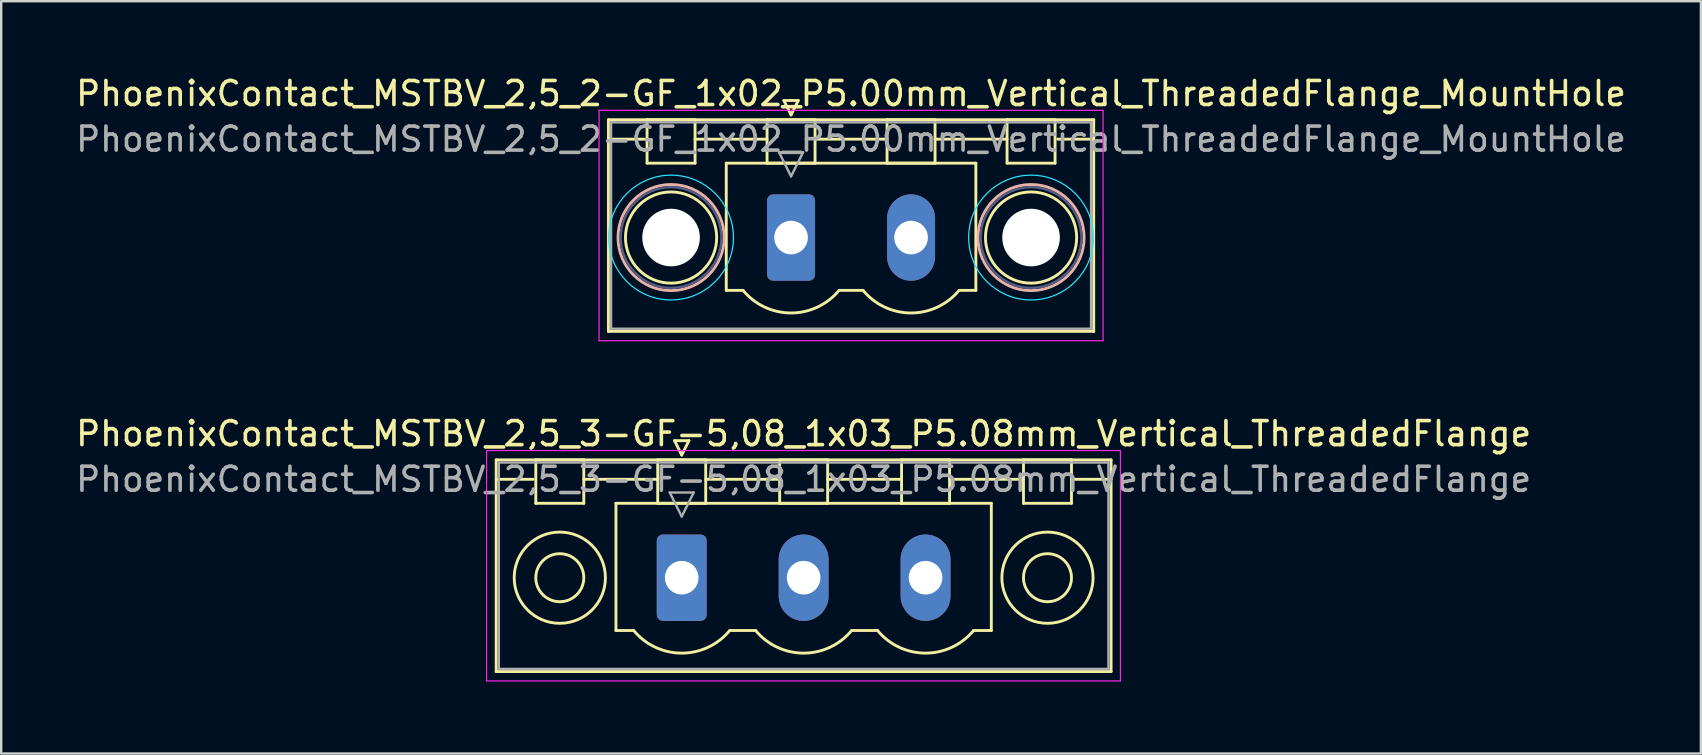
<source format=kicad_pcb>
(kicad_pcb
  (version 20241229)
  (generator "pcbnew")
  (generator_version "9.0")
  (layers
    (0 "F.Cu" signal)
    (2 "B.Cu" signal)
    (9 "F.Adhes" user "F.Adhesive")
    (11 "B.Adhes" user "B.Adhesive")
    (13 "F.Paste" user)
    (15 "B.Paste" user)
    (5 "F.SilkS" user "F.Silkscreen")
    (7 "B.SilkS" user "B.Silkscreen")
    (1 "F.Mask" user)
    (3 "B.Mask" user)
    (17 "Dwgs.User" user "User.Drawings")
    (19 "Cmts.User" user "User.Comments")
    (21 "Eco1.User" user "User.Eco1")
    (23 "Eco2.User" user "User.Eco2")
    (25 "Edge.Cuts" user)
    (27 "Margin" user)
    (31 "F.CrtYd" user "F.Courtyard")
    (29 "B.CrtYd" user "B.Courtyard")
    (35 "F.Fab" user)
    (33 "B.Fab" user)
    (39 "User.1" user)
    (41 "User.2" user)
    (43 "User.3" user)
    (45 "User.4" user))
  (footprint "PhoenixContact_MSTBV_2,5_3-GF-5,08_1x03_P5.08mm_Vertical_ThreadedFlange"
    (layer "F.Cu")
    (at 25.355 21.021)
    (property "Reference" "PhoenixContact_MSTBV_2,5_3-GF-5,08_1x03_P5.08mm_Vertical_ThreadedFlange" (at 5.08 -6 0) (layer "F.SilkS") (effects (font (size 1 1) (thickness 0.15))))
    (attr through_hole)
    (fp_line (start -7.73 -4.91) (end -7.73 3.91) (stroke (width 0.12) (type solid)) (layer "F.SilkS"))
    (fp_line (start -7.73 -4.1) (end -6.19 -4.1) (stroke (width 0.12) (type solid)) (layer "F.SilkS"))
    (fp_line (start -7.73 3.91) (end 17.89 3.91) (stroke (width 0.12) (type solid)) (layer "F.SilkS"))
    (fp_line (start -6.08 -4.91) (end -4.08 -4.91) (stroke (width 0.12) (type solid)) (layer "F.SilkS"))
    (fp_line (start -6.08 -3.1) (end -6.08 -4.91) (stroke (width 0.12) (type solid)) (layer "F.SilkS"))
    (fp_line (start -4.08 -4.91) (end -4.08 -3.1) (stroke (width 0.12) (type solid)) (layer "F.SilkS"))
    (fp_line (start -4.08 -4.1) (end -1 -4.1) (stroke (width 0.12) (type solid)) (layer "F.SilkS"))
    (fp_line (start -4.08 -3.1) (end -6.08 -3.1) (stroke (width 0.12) (type solid)) (layer "F.SilkS"))
    (fp_line (start -2.74 -3.1) (end 12.9 -3.1) (stroke (width 0.12) (type solid)) (layer "F.SilkS"))
    (fp_line (start -2.74 2.2) (end -2.74 -3.1) (stroke (width 0.12) (type solid)) (layer "F.SilkS"))
    (fp_line (start -2 2.2) (end -2.74 2.2) (stroke (width 0.12) (type solid)) (layer "F.SilkS"))
    (fp_line (start -1 -4.91) (end 1 -4.91) (stroke (width 0.12) (type solid)) (layer "F.SilkS"))
    (fp_line (start -1 -3.1) (end -1 -4.91) (stroke (width 0.12) (type solid)) (layer "F.SilkS"))
    (fp_line (start -0.3 -5.71) (end 0.3 -5.71) (stroke (width 0.12) (type solid)) (layer "F.SilkS"))
    (fp_line (start 0 -5.11) (end -0.3 -5.71) (stroke (width 0.12) (type solid)) (layer "F.SilkS"))
    (fp_line (start 0.3 -5.71) (end 0 -5.11) (stroke (width 0.12) (type solid)) (layer "F.SilkS"))
    (fp_line (start 1 -4.91) (end 1 -3.1) (stroke (width 0.12) (type solid)) (layer "F.SilkS"))
    (fp_line (start 1 -4.1) (end 4.08 -4.1) (stroke (width 0.12) (type solid)) (layer "F.SilkS"))
    (fp_line (start 1 -3.1) (end -1 -3.1) (stroke (width 0.12) (type solid)) (layer "F.SilkS"))
    (fp_line (start 2 2.2) (end 3.08 2.2) (stroke (width 0.12) (type solid)) (layer "F.SilkS"))
    (fp_line (start 4.08 -4.91) (end 6.08 -4.91) (stroke (width 0.12) (type solid)) (layer "F.SilkS"))
    (fp_line (start 4.08 -3.1) (end 4.08 -4.91) (stroke (width 0.12) (type solid)) (layer "F.SilkS"))
    (fp_line (start 6.08 -4.91) (end 6.08 -3.1) (stroke (width 0.12) (type solid)) (layer "F.SilkS"))
    (fp_line (start 6.08 -4.1) (end 9.16 -4.1) (stroke (width 0.12) (type solid)) (layer "F.SilkS"))
    (fp_line (start 6.08 -3.1) (end 4.08 -3.1) (stroke (width 0.12) (type solid)) (layer "F.SilkS"))
    (fp_line (start 7.08 2.2) (end 8.16 2.2) (stroke (width 0.12) (type solid)) (layer "F.SilkS"))
    (fp_line (start 9.16 -4.91) (end 11.16 -4.91) (stroke (width 0.12) (type solid)) (layer "F.SilkS"))
    (fp_line (start 9.16 -3.1) (end 9.16 -4.91) (stroke (width 0.12) (type solid)) (layer "F.SilkS"))
    (fp_line (start 11.16 -4.91) (end 11.16 -3.1) (stroke (width 0.12) (type solid)) (layer "F.SilkS"))
    (fp_line (start 11.16 -4.1) (end 14.24 -4.1) (stroke (width 0.12) (type solid)) (layer "F.SilkS"))
    (fp_line (start 11.16 -3.1) (end 9.16 -3.1) (stroke (width 0.12) (type solid)) (layer "F.SilkS"))
    (fp_line (start 12.9 -3.1) (end 12.9 2.2) (stroke (width 0.12) (type solid)) (layer "F.SilkS"))
    (fp_line (start 12.9 2.2) (end 12.16 2.2) (stroke (width 0.12) (type solid)) (layer "F.SilkS"))
    (fp_line (start 14.24 -4.91) (end 16.24 -4.91) (stroke (width 0.12) (type solid)) (layer "F.SilkS"))
    (fp_line (start 14.24 -3.1) (end 14.24 -4.91) (stroke (width 0.12) (type solid)) (layer "F.SilkS"))
    (fp_line (start 16.24 -4.91) (end 16.24 -3.1) (stroke (width 0.12) (type solid)) (layer "F.SilkS"))
    (fp_line (start 16.24 -3.1) (end 14.24 -3.1) (stroke (width 0.12) (type solid)) (layer "F.SilkS"))
    (fp_line (start 17.89 -4.91) (end -7.73 -4.91) (stroke (width 0.12) (type solid)) (layer "F.SilkS"))
    (fp_line (start 17.89 -4.1) (end 16.35 -4.1) (stroke (width 0.12) (type solid)) (layer "F.SilkS"))
    (fp_line (start 17.89 3.91) (end 17.89 -4.91) (stroke (width 0.12) (type solid)) (layer "F.SilkS"))
    (fp_arc (start 1.986842 2.215821) (mid -0.010289 3.142758) (end -2 2.2) (stroke (width 0.12) (type solid)) (layer "F.SilkS"))
    (fp_arc (start 7.066842 2.215821) (mid 5.069711 3.142758) (end 3.08 2.2) (stroke (width 0.12) (type solid)) (layer "F.SilkS"))
    (fp_arc (start 12.146842 2.215821) (mid 10.149711 3.142758) (end 8.16 2.2) (stroke (width 0.12) (type solid)) (layer "F.SilkS"))
    (fp_circle (center -5.08 0) (end -4.08 0) (stroke (width 0.12) (type solid)) (fill no) (layer "F.SilkS"))
    (fp_circle (center -5.08 0) (end -3.18 0) (stroke (width 0.12) (type solid)) (fill no) (layer "F.SilkS"))
    (fp_circle (center 15.24 0) (end 16.24 0) (stroke (width 0.12) (type solid)) (fill no) (layer "F.SilkS"))
    (fp_circle (center 15.24 0) (end 17.14 0) (stroke (width 0.12) (type solid)) (fill no) (layer "F.SilkS"))
    (fp_line (start -8.13 -5.3) (end -8.13 4.3) (stroke (width 0.05) (type solid)) (layer "F.CrtYd"))
    (fp_line (start -8.13 4.3) (end 18.28 4.3) (stroke (width 0.05) (type solid)) (layer "F.CrtYd"))
    (fp_line (start 18.28 -5.3) (end -8.13 -5.3) (stroke (width 0.05) (type solid)) (layer "F.CrtYd"))
    (fp_line (start 18.28 4.3) (end 18.28 -5.3) (stroke (width 0.05) (type solid)) (layer "F.CrtYd"))
    (fp_line (start -7.62 -4.8) (end -7.62 3.8) (stroke (width 0.1) (type solid)) (layer "F.Fab"))
    (fp_line (start -7.62 3.8) (end 17.78 3.8) (stroke (width 0.1) (type solid)) (layer "F.Fab"))
    (fp_line (start -0.5 -3.55) (end 0.5 -3.55) (stroke (width 0.1) (type solid)) (layer "F.Fab"))
    (fp_line (start 0 -2.55) (end -0.5 -3.55) (stroke (width 0.1) (type solid)) (layer "F.Fab"))
    (fp_line (start 0.5 -3.55) (end 0 -2.55) (stroke (width 0.1) (type solid)) (layer "F.Fab"))
    (fp_line (start 17.78 -4.8) (end -7.62 -4.8) (stroke (width 0.1) (type solid)) (layer "F.Fab"))
    (fp_line (start 17.78 3.8) (end 17.78 -4.8) (stroke (width 0.1) (type solid)) (layer "F.Fab"))
    (fp_text user "${REFERENCE}" (at 5.08 -4.1 0) (layer "F.Fab") (effects (font (size 1 1) (thickness 0.15))))
    (pad "1" thru_hole roundrect (at 0 0) (size 2.08 3.6) (drill 1.4) (layers "*.Cu" "*.Mask") (roundrect_rratio 0.12))
    (pad "2" thru_hole oval (at 5.08 0) (size 2.08 3.6) (drill 1.4) (layers "*.Cu" "*.Mask"))
    (pad "3" thru_hole oval (at 10.16 0) (size 2.08 3.6) (drill 1.4) (layers "*.Cu" "*.Mask")))
  (footprint "PhoenixContact_MSTBV_2,5_2-GF_1x02_P5.00mm_Vertical_ThreadedFlange_MountHole"
    (layer "F.Cu")
    (at 29.911 6.848)
    (property "Reference" "PhoenixContact_MSTBV_2,5_2-GF_1x02_P5.00mm_Vertical_ThreadedFlange_MountHole" (at 2.5 -6 0) (layer "F.SilkS") (effects (font (size 1 1) (thickness 0.15))))
    (attr through_hole)
    (fp_line (start -7.61 -4.91) (end -7.61 3.91) (stroke (width 0.12) (type solid)) (layer "F.SilkS"))
    (fp_line (start -7.61 -4.1) (end -6.11 -4.1) (stroke (width 0.12) (type solid)) (layer "F.SilkS"))
    (fp_line (start -7.61 3.91) (end 12.61 3.91) (stroke (width 0.12) (type solid)) (layer "F.SilkS"))
    (fp_line (start -6 -4.91) (end -4 -4.91) (stroke (width 0.12) (type solid)) (layer "F.SilkS"))
    (fp_line (start -6 -3.1) (end -6 -4.91) (stroke (width 0.12) (type solid)) (layer "F.SilkS"))
    (fp_line (start -4 -4.91) (end -4 -3.1) (stroke (width 0.12) (type solid)) (layer "F.SilkS"))
    (fp_line (start -4 -4.1) (end -1 -4.1) (stroke (width 0.12) (type solid)) (layer "F.SilkS"))
    (fp_line (start -4 -3.1) (end -6 -3.1) (stroke (width 0.12) (type solid)) (layer "F.SilkS"))
    (fp_line (start -2.7 -3.1) (end 7.7 -3.1) (stroke (width 0.12) (type solid)) (layer "F.SilkS"))
    (fp_line (start -2.7 2.2) (end -2.7 -3.1) (stroke (width 0.12) (type solid)) (layer "F.SilkS"))
    (fp_line (start -2 2.2) (end -2.7 2.2) (stroke (width 0.12) (type solid)) (layer "F.SilkS"))
    (fp_line (start -1 -4.91) (end 1 -4.91) (stroke (width 0.12) (type solid)) (layer "F.SilkS"))
    (fp_line (start -1 -3.1) (end -1 -4.91) (stroke (width 0.12) (type solid)) (layer "F.SilkS"))
    (fp_line (start -0.3 -5.71) (end 0.3 -5.71) (stroke (width 0.12) (type solid)) (layer "F.SilkS"))
    (fp_line (start 0 -5.11) (end -0.3 -5.71) (stroke (width 0.12) (type solid)) (layer "F.SilkS"))
    (fp_line (start 0.3 -5.71) (end 0 -5.11) (stroke (width 0.12) (type solid)) (layer "F.SilkS"))
    (fp_line (start 1 -4.91) (end 1 -3.1) (stroke (width 0.12) (type solid)) (layer "F.SilkS"))
    (fp_line (start 1 -4.1) (end 4 -4.1) (stroke (width 0.12) (type solid)) (layer "F.SilkS"))
    (fp_line (start 1 -3.1) (end -1 -3.1) (stroke (width 0.12) (type solid)) (layer "F.SilkS"))
    (fp_line (start 2 2.2) (end 3 2.2) (stroke (width 0.12) (type solid)) (layer "F.SilkS"))
    (fp_line (start 4 -4.91) (end 6 -4.91) (stroke (width 0.12) (type solid)) (layer "F.SilkS"))
    (fp_line (start 4 -3.1) (end 4 -4.91) (stroke (width 0.12) (type solid)) (layer "F.SilkS"))
    (fp_line (start 6 -4.91) (end 6 -3.1) (stroke (width 0.12) (type solid)) (layer "F.SilkS"))
    (fp_line (start 6 -4.1) (end 9 -4.1) (stroke (width 0.12) (type solid)) (layer "F.SilkS"))
    (fp_line (start 6 -3.1) (end 4 -3.1) (stroke (width 0.12) (type solid)) (layer "F.SilkS"))
    (fp_line (start 7.7 -3.1) (end 7.7 2.2) (stroke (width 0.12) (type solid)) (layer "F.SilkS"))
    (fp_line (start 7.7 2.2) (end 7 2.2) (stroke (width 0.12) (type solid)) (layer "F.SilkS"))
    (fp_line (start 9 -4.91) (end 11 -4.91) (stroke (width 0.12) (type solid)) (layer "F.SilkS"))
    (fp_line (start 9 -3.1) (end 9 -4.91) (stroke (width 0.12) (type solid)) (layer "F.SilkS"))
    (fp_line (start 11 -4.91) (end 11 -3.1) (stroke (width 0.12) (type solid)) (layer "F.SilkS"))
    (fp_line (start 11 -3.1) (end 9 -3.1) (stroke (width 0.12) (type solid)) (layer "F.SilkS"))
    (fp_line (start 12.61 -4.91) (end -7.61 -4.91) (stroke (width 0.12) (type solid)) (layer "F.SilkS"))
    (fp_line (start 12.61 -4.1) (end 11.11 -4.1) (stroke (width 0.12) (type solid)) (layer "F.SilkS"))
    (fp_line (start 12.61 3.91) (end 12.61 -4.91) (stroke (width 0.12) (type solid)) (layer "F.SilkS"))
    (fp_arc (start 1.986842 2.215821) (mid -0.010289 3.142758) (end -2 2.2) (stroke (width 0.12) (type solid)) (layer "F.SilkS"))
    (fp_arc (start 6.986842 2.215821) (mid 4.989711 3.142758) (end 3 2.2) (stroke (width 0.12) (type solid)) (layer "F.SilkS"))
    (fp_circle (center -5 0) (end -3.1 0) (stroke (width 0.12) (type solid)) (fill no) (layer "F.SilkS"))
    (fp_circle (center 10 0) (end 11.9 0) (stroke (width 0.12) (type solid)) (fill no) (layer "F.SilkS"))
    (fp_circle (center -5 0) (end -2.79 0) (stroke (width 0.12) (type solid)) (fill no) (layer "B.SilkS"))
    (fp_circle (center 10 0) (end 12.21 0) (stroke (width 0.12) (type solid)) (fill no) (layer "B.SilkS"))
    (fp_circle (center -5 0) (end -2.4 0) (stroke (width 0.05) (type solid)) (fill no) (layer "B.CrtYd"))
    (fp_circle (center 10 0) (end 12.6 0) (stroke (width 0.05) (type solid)) (fill no) (layer "B.CrtYd"))
    (fp_line (start -8 -5.3) (end -8 4.3) (stroke (width 0.05) (type solid)) (layer "F.CrtYd"))
    (fp_line (start -8 4.3) (end 13 4.3) (stroke (width 0.05) (type solid)) (layer "F.CrtYd"))
    (fp_line (start 13 -5.3) (end -8 -5.3) (stroke (width 0.05) (type solid)) (layer "F.CrtYd"))
    (fp_line (start 13 4.3) (end 13 -5.3) (stroke (width 0.05) (type solid)) (layer "F.CrtYd"))
    (fp_circle (center -5 0) (end -2.9 0) (stroke (width 0.1) (type solid)) (fill no) (layer "B.Fab"))
    (fp_circle (center 10 0) (end 12.1 0) (stroke (width 0.1) (type solid)) (fill no) (layer "B.Fab"))
    (fp_line (start -7.5 -4.8) (end -7.5 3.8) (stroke (width 0.1) (type solid)) (layer "F.Fab"))
    (fp_line (start -7.5 3.8) (end 12.5 3.8) (stroke (width 0.1) (type solid)) (layer "F.Fab"))
    (fp_line (start -0.5 -3.55) (end 0.5 -3.55) (stroke (width 0.1) (type solid)) (layer "F.Fab"))
    (fp_line (start 0 -2.55) (end -0.5 -3.55) (stroke (width 0.1) (type solid)) (layer "F.Fab"))
    (fp_line (start 0.5 -3.55) (end 0 -2.55) (stroke (width 0.1) (type solid)) (layer "F.Fab"))
    (fp_line (start 12.5 -4.8) (end -7.5 -4.8) (stroke (width 0.1) (type solid)) (layer "F.Fab"))
    (fp_line (start 12.5 3.8) (end 12.5 -4.8) (stroke (width 0.1) (type solid)) (layer "F.Fab"))
    (fp_text user "${REFERENCE}" (at 2.5 -4.1 0) (layer "F.Fab") (effects (font (size 1 1) (thickness 0.15))))
    (pad "" np_thru_hole circle (at -5 0) (size 2.4 2.4) (drill 2.4) (layers "*.Cu" "*.Mask"))
    (pad "" np_thru_hole circle (at 10 0) (size 2.4 2.4) (drill 2.4) (layers "*.Cu" "*.Mask"))
    (pad "1" thru_hole roundrect (at 0 0) (size 2 3.6) (drill 1.4) (layers "*.Cu" "*.Mask") (roundrect_rratio 0.125))
    (pad "2" thru_hole oval (at 5 0) (size 2 3.6) (drill 1.4) (layers "*.Cu" "*.Mask")))
  (gr_rect
    (start -3 -3)
    (end 67.821 28.346)
    (stroke (width 0.1) (type default))
    (fill no)
    (layer "Edge.Cuts")))
</source>
